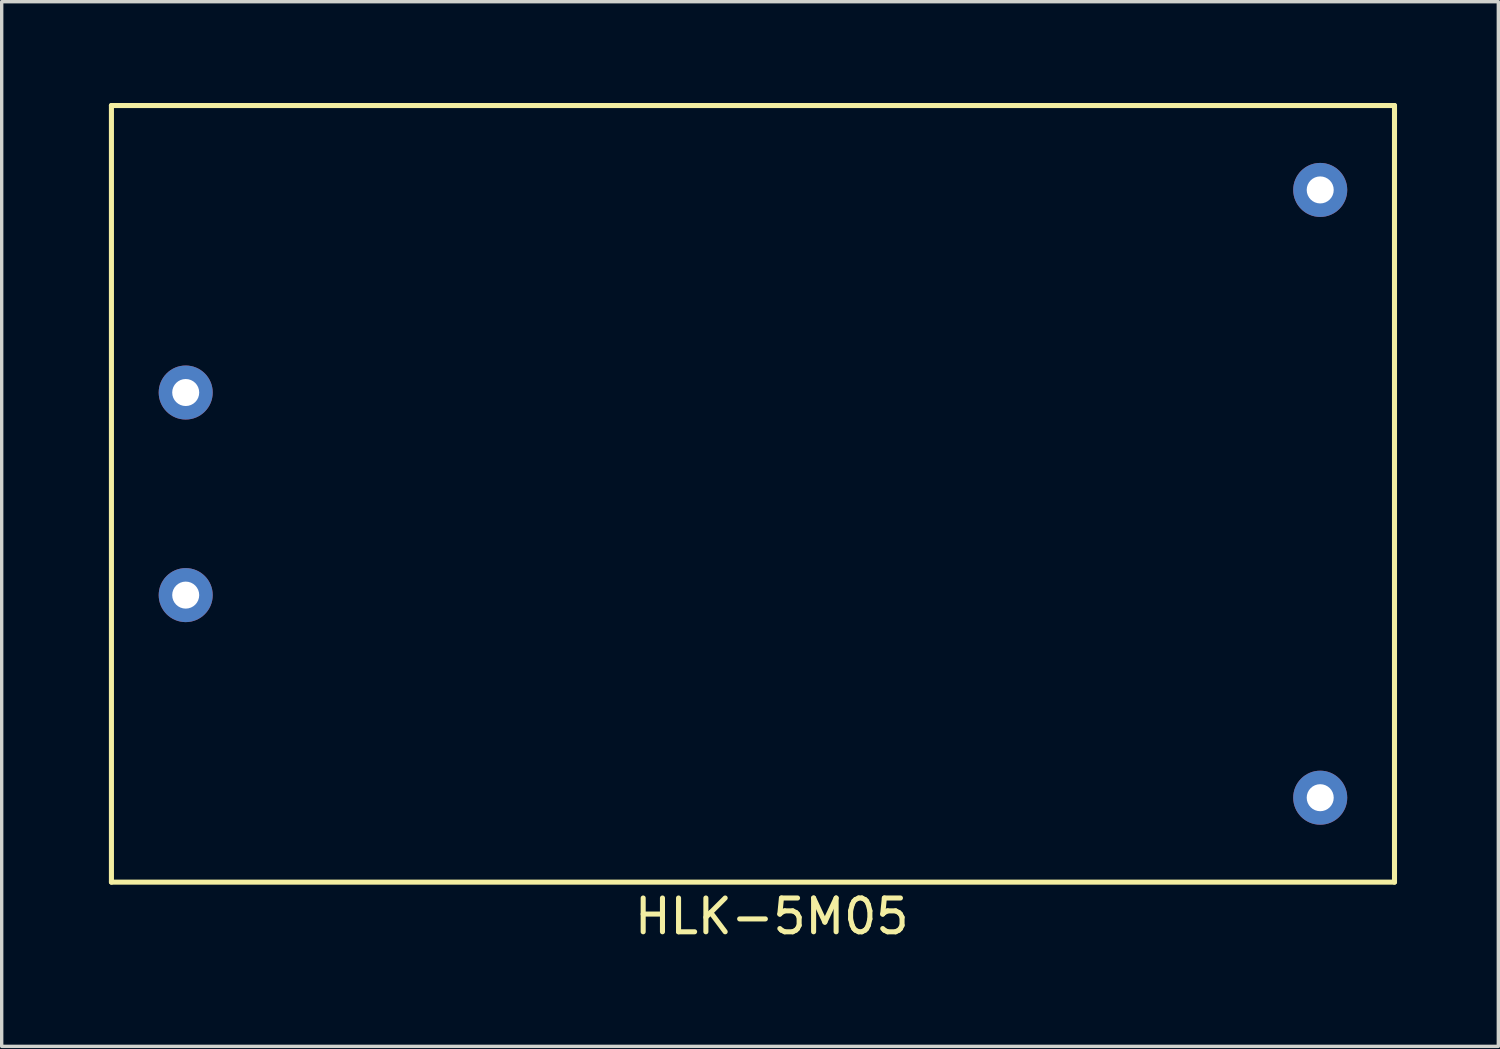
<source format=kicad_pcb>
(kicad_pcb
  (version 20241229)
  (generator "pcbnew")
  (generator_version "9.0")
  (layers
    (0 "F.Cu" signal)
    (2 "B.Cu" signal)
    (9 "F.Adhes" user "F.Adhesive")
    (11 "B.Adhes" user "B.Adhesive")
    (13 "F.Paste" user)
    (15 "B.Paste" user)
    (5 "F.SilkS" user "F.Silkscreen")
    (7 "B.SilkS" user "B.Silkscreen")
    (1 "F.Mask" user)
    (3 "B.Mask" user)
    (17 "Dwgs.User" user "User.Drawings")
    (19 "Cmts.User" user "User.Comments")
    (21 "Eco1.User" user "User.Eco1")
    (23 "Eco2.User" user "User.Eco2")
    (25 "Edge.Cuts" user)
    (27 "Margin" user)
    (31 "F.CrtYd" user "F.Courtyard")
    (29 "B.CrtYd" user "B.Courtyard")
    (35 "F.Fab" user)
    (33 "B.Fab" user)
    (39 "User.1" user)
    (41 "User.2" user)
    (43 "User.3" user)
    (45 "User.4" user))
  (footprint "HLK-5M05"
    (layer "F.Cu")
    (at 0.25 23.075)
    (property "Reference" "HLK-5M05" (at 19.558 1.016 0) (layer "F.SilkS") (effects (font (size 1 1) (thickness 0.15))))
    (attr through_hole)
    (fp_line (start 0 -23) (end 38 -23) (stroke (width 0.15) (type solid)) (layer "F.SilkS"))
    (fp_line (start 0 0) (end 0 -23) (stroke (width 0.15) (type solid)) (layer "F.SilkS"))
    (fp_line (start 0 0) (end 38 0) (stroke (width 0.15) (type solid)) (layer "F.SilkS"))
    (fp_line (start 38 -23) (end 38 0) (stroke (width 0.15) (type solid)) (layer "F.SilkS"))
    (pad "1" thru_hole circle (at 2.2 -14.5) (size 1.6 1.6) (drill 0.8) (layers "*.Cu" "*.Mask"))
    (pad "2" thru_hole circle (at 2.2 -8.5) (size 1.6 1.6) (drill 0.8) (layers "*.Cu" "*.Mask"))
    (pad "3" thru_hole circle (at 35.8 -20.5) (size 1.6 1.6) (drill 0.8) (layers "*.Cu" "*.Mask"))
    (pad "4" thru_hole circle (at 35.8 -2.5) (size 1.6 1.6) (drill 0.8) (layers "*.Cu" "*.Mask")))
  (gr_rect
    (start -3 -3)
    (end 41.325 27.939)
    (stroke (width 0.1) (type default))
    (fill no)
    (layer "Edge.Cuts")))
</source>
